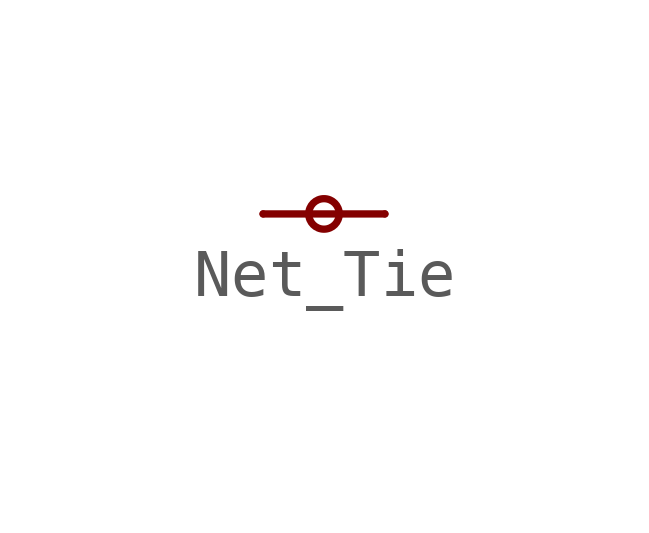
<source format=kicad_sym>
(kicad_symbol_lib
  (version 20231120)
  (generator "kicad_symbol_editor")
  (generator_version "8.0")
  (symbol "Net_Tie"
    (pin_numbers hide)
    (pin_names
      (offset 0) hide)
    (property "Reference" "NT"
      (at 0 1.27 0)
      (effects (font (size 1.27 1.27)) (hide yes)))
    (symbol "Net_Tie_0_1"
      (polyline (pts (xy -1.27 0) (xy 1.27 0)) (stroke (width 0) (type default)) (fill (type none)))
      (circle (center 0 0) (radius 0.318) (stroke (width 0) (type default)) (fill (type none))))
    (symbol "Net_Tie_1_1"
      (pin passive line (at -1.27 0 0) (length 0) (name "1" (effects (font (size 1.27 1.27)))) (number "1" (effects (font (size 1.27 1.27)))))
      (pin passive line (at 1.27 0 180) (length 0) (name "2" (effects (font (size 1.27 1.27)))) (number "2" (effects (font (size 1.27 1.27))))))))
</source>
